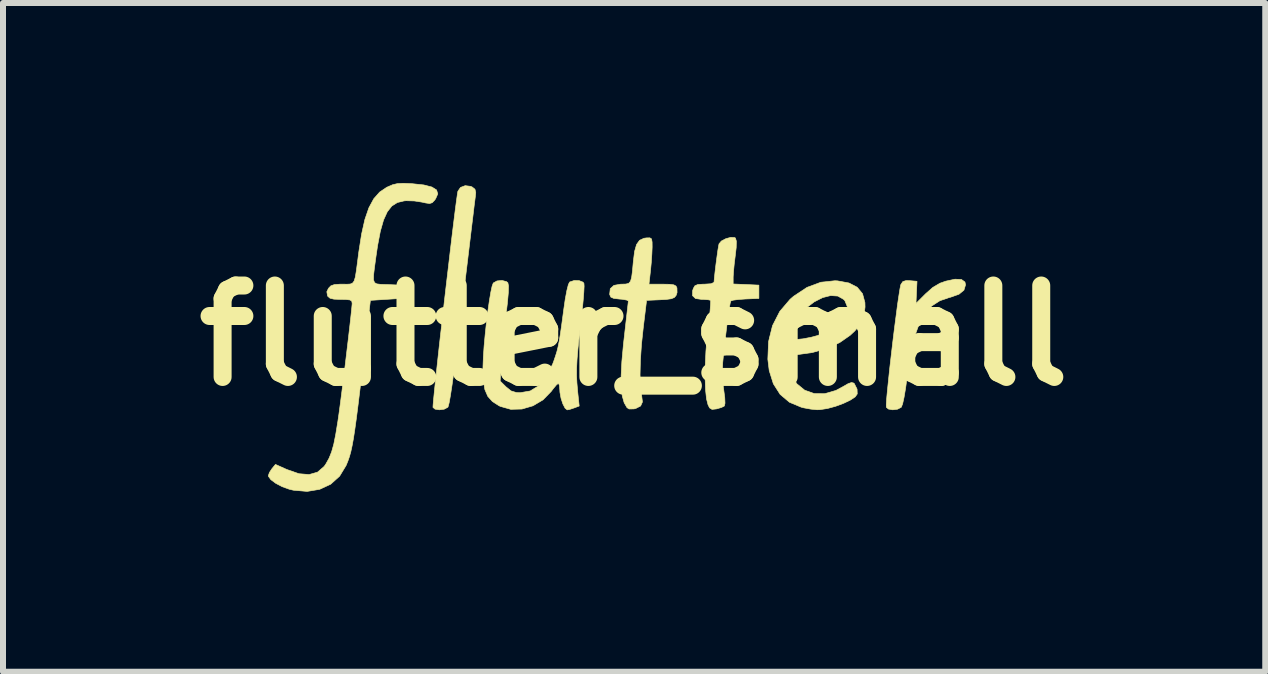
<source format=kicad_pcb>
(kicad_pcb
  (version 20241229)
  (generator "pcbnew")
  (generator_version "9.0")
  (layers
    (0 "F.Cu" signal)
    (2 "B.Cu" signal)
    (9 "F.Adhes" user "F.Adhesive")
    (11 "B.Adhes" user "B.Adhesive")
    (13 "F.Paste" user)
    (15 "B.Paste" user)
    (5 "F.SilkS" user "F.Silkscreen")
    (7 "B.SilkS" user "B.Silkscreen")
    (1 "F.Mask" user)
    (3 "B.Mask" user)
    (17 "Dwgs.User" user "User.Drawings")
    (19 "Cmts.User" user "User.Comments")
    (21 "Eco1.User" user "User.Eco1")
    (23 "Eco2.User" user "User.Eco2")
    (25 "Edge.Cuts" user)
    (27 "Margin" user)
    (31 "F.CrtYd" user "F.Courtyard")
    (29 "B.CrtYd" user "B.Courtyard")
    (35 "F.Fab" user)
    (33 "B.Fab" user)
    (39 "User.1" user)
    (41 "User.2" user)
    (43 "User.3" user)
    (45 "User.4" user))
  (footprint "flutter_small"
    (layer "F.Cu")
    (at 7.518 2.543)
    (property "Reference" "flutter_small" (at 0 0 0) (layer "F.SilkS") (effects (font (size 1.524 1.524) (thickness 0.3))))
    (attr through_hole)
    (fp_poly (pts (xy -2.723 -2.487) (xy -2.698 -2.476) (xy -2.652 -2.439) (xy -2.639 -2.383) (xy -2.645 -2.323) (xy -2.652 -2.269) (xy -2.666 -2.159) (xy -2.685 -1.999) (xy -2.71 -1.795) (xy -2.739 -1.553) (xy -2.772 -1.279) (xy -2.808 -0.98) (xy -2.846 -0.663) (xy -2.862 -0.527) (xy -2.914 -0.098) (xy -2.96 0.268) (xy -2.999 0.572) (xy -3.033 0.816) (xy -3.061 0.999) (xy -3.083 1.122) (xy -3.1 1.186) (xy -3.105 1.195) (xy -3.166 1.227) (xy -3.245 1.237) (xy -3.317 1.226) (xy -3.352 1.197) (xy -3.35 1.16) (xy -3.342 1.067) (xy -3.328 0.925) (xy -3.309 0.741) (xy -3.285 0.521) (xy -3.258 0.273) (xy -3.228 0.003) (xy -3.195 -0.281) (xy -3.162 -0.573) (xy -3.128 -0.866) (xy -3.094 -1.153) (xy -3.062 -1.427) (xy -3.032 -1.68) (xy -3.004 -1.907) (xy -2.98 -2.1) (xy -2.96 -2.252) (xy -2.945 -2.357) (xy -2.937 -2.405) (xy -2.893 -2.469) (xy -2.815 -2.499) (xy -2.723 -2.487)) (stroke (width 0.01) (type solid)) (fill yes) (layer "F.SilkS"))
    (fp_poly (pts (xy 5.456 -0.935) (xy 5.514 -0.893) (xy 5.524 -0.846) (xy 5.497 -0.757) (xy 5.414 -0.689) (xy 5.272 -0.639) (xy 5.257 -0.636) (xy 5.096 -0.581) (xy 4.96 -0.493) (xy 4.846 -0.366) (xy 4.751 -0.196) (xy 4.673 0.023) (xy 4.61 0.294) (xy 4.559 0.622) (xy 4.551 0.685) (xy 4.525 0.876) (xy 4.499 1.03) (xy 4.475 1.139) (xy 4.453 1.193) (xy 4.452 1.195) (xy 4.39 1.227) (xy 4.31 1.237) (xy 4.238 1.224) (xy 4.204 1.194) (xy 4.203 1.152) (xy 4.209 1.055) (xy 4.222 0.915) (xy 4.24 0.74) (xy 4.261 0.539) (xy 4.286 0.323) (xy 4.312 0.1) (xy 4.339 -0.12) (xy 4.366 -0.327) (xy 4.39 -0.513) (xy 4.413 -0.667) (xy 4.431 -0.781) (xy 4.444 -0.845) (xy 4.446 -0.851) (xy 4.479 -0.9) (xy 4.533 -0.917) (xy 4.596 -0.915) (xy 4.715 -0.905) (xy 4.706 -0.72) (xy 4.698 -0.536) (xy 4.858 -0.696) (xy 4.98 -0.804) (xy 5.098 -0.873) (xy 5.194 -0.907) (xy 5.349 -0.94) (xy 5.456 -0.935)) (stroke (width 0.01) (type solid)) (fill yes) (layer "F.SilkS"))
    (fp_poly (pts (xy 0.291 -1.611) (xy 0.3 -1.558) (xy 0.301 -1.476) (xy 0.296 -1.36) (xy 0.286 -1.214) (xy 0.274 -1.087) (xy 0.248 -0.857) (xy 0.471 -0.857) (xy 0.59 -0.855) (xy 0.661 -0.846) (xy 0.698 -0.826) (xy 0.714 -0.795) (xy 0.716 -0.717) (xy 0.7 -0.669) (xy 0.671 -0.635) (xy 0.62 -0.614) (xy 0.532 -0.602) (xy 0.437 -0.597) (xy 0.208 -0.587) (xy 0.154 -0.143) (xy 0.123 0.145) (xy 0.105 0.414) (xy 0.099 0.652) (xy 0.106 0.849) (xy 0.125 0.995) (xy 0.126 1) (xy 0.139 1.106) (xy 0.109 1.173) (xy 0.029 1.214) (xy -0.002 1.222) (xy -0.084 1.223) (xy -0.118 1.201) (xy -0.165 1.12) (xy -0.197 1.009) (xy -0.214 0.861) (xy -0.216 0.671) (xy -0.204 0.433) (xy -0.177 0.141) (xy -0.159 -0.016) (xy -0.139 -0.194) (xy -0.121 -0.351) (xy -0.107 -0.474) (xy -0.098 -0.553) (xy -0.096 -0.578) (xy -0.124 -0.592) (xy -0.196 -0.605) (xy -0.246 -0.609) (xy -0.339 -0.62) (xy -0.387 -0.641) (xy -0.406 -0.682) (xy -0.407 -0.692) (xy -0.397 -0.782) (xy -0.336 -0.837) (xy -0.222 -0.857) (xy -0.205 -0.857) (xy -0.137 -0.859) (xy -0.09 -0.871) (xy -0.06 -0.905) (xy -0.041 -0.97) (xy -0.027 -1.078) (xy -0.013 -1.232) (xy 0.008 -1.402) (xy 0.041 -1.518) (xy 0.091 -1.588) (xy 0.164 -1.622) (xy 0.206 -1.628) (xy 0.263 -1.629) (xy 0.291 -1.611)) (stroke (width 0.01) (type solid)) (fill yes) (layer "F.SilkS"))
    (fp_poly (pts (xy 1.675 -1.634) (xy 1.689 -1.626) (xy 1.704 -1.575) (xy 1.702 -1.469) (xy 1.686 -1.331) (xy 1.669 -1.194) (xy 1.657 -1.068) (xy 1.651 -0.977) (xy 1.651 -0.965) (xy 1.651 -0.86) (xy 1.865 -0.851) (xy 2.08 -0.841) (xy 2.08 -0.619) (xy 1.857 -0.61) (xy 1.744 -0.602) (xy 1.656 -0.591) (xy 1.614 -0.578) (xy 1.613 -0.578) (xy 1.601 -0.539) (xy 1.585 -0.446) (xy 1.564 -0.308) (xy 1.542 -0.134) (xy 1.518 0.065) (xy 1.494 0.281) (xy 1.477 0.452) (xy 1.471 0.623) (xy 1.482 0.812) (xy 1.494 0.906) (xy 1.511 1.033) (xy 1.515 1.127) (xy 1.505 1.173) (xy 1.505 1.173) (xy 1.456 1.198) (xy 1.377 1.221) (xy 1.373 1.222) (xy 1.299 1.23) (xy 1.258 1.205) (xy 1.232 1.153) (xy 1.207 1.055) (xy 1.191 0.905) (xy 1.184 0.716) (xy 1.186 0.498) (xy 1.197 0.263) (xy 1.217 0.023) (xy 1.231 -0.104) (xy 1.251 -0.269) (xy 1.266 -0.411) (xy 1.274 -0.518) (xy 1.276 -0.579) (xy 1.275 -0.588) (xy 1.236 -0.597) (xy 1.158 -0.603) (xy 1.126 -0.603) (xy 1.023 -0.618) (xy 0.974 -0.665) (xy 0.975 -0.748) (xy 0.988 -0.787) (xy 1.013 -0.83) (xy 1.061 -0.851) (xy 1.149 -0.857) (xy 1.174 -0.857) (xy 1.282 -0.864) (xy 1.33 -0.886) (xy 1.333 -0.898) (xy 1.338 -0.958) (xy 1.349 -1.061) (xy 1.364 -1.186) (xy 1.381 -1.314) (xy 1.397 -1.428) (xy 1.411 -1.508) (xy 1.416 -1.53) (xy 1.455 -1.576) (xy 1.529 -1.615) (xy 1.61 -1.637) (xy 1.675 -1.634)) (stroke (width 0.01) (type solid)) (fill yes) (layer "F.SilkS"))
    (fp_poly (pts (xy 3.389 -0.912) (xy 3.58 -0.877) (xy 3.718 -0.806) (xy 3.807 -0.698) (xy 3.847 -0.55) (xy 3.849 -0.476) (xy 3.831 -0.327) (xy 3.777 -0.2) (xy 3.679 -0.078) (xy 3.601 -0.005) (xy 3.427 0.116) (xy 3.211 0.214) (xy 2.972 0.282) (xy 2.731 0.316) (xy 2.662 0.318) (xy 2.539 0.318) (xy 2.559 0.452) (xy 2.615 0.65) (xy 2.712 0.803) (xy 2.843 0.91) (xy 3.001 0.966) (xy 3.177 0.968) (xy 3.364 0.914) (xy 3.472 0.856) (xy 3.566 0.802) (xy 3.623 0.782) (xy 3.66 0.791) (xy 3.67 0.8) (xy 3.716 0.892) (xy 3.719 0.973) (xy 3.685 1.021) (xy 3.604 1.075) (xy 3.491 1.129) (xy 3.359 1.178) (xy 3.223 1.215) (xy 3.099 1.234) (xy 3.05 1.236) (xy 2.948 1.226) (xy 2.827 1.204) (xy 2.785 1.193) (xy 2.589 1.111) (xy 2.434 0.98) (xy 2.321 0.803) (xy 2.252 0.583) (xy 2.229 0.394) (xy 2.241 0.101) (xy 2.258 0.03) (xy 2.582 0.03) (xy 2.599 0.055) (xy 2.656 0.063) (xy 2.711 0.064) (xy 2.816 0.054) (xy 2.95 0.028) (xy 3.062 -0.002) (xy 3.235 -0.072) (xy 3.376 -0.163) (xy 3.479 -0.267) (xy 3.54 -0.376) (xy 3.553 -0.483) (xy 3.513 -0.581) (xy 3.493 -0.603) (xy 3.395 -0.659) (xy 3.275 -0.667) (xy 3.141 -0.633) (xy 3.002 -0.562) (xy 2.869 -0.461) (xy 2.75 -0.337) (xy 2.656 -0.194) (xy 2.595 -0.04) (xy 2.591 -0.024) (xy 2.582 0.03) (xy 2.258 0.03) (xy 2.307 -0.166) (xy 2.428 -0.403) (xy 2.6 -0.605) (xy 2.658 -0.655) (xy 2.881 -0.803) (xy 3.112 -0.889) (xy 3.347 -0.914) (xy 3.389 -0.912)) (stroke (width 0.01) (type solid)) (fill yes) (layer "F.SilkS"))
    (fp_poly (pts (xy -2.126 -0.899) (xy -2.104 -0.881) (xy -2.093 -0.829) (xy -2.096 -0.714) (xy -2.112 -0.538) (xy -2.131 -0.381) (xy -2.154 -0.179) (xy -2.177 0.037) (xy -2.196 0.241) (xy -2.21 0.409) (xy -2.21 0.418) (xy -2.232 0.758) (xy -2.134 0.855) (xy -2.051 0.922) (xy -1.963 0.949) (xy -1.9 0.952) (xy -1.731 0.923) (xy -1.585 0.833) (xy -1.46 0.684) (xy -1.358 0.476) (xy -1.34 0.429) (xy -1.31 0.341) (xy -1.286 0.264) (xy -1.267 0.187) (xy -1.249 0.097) (xy -1.23 -0.018) (xy -1.208 -0.17) (xy -1.181 -0.371) (xy -1.176 -0.41) (xy -1.148 -0.604) (xy -1.12 -0.754) (xy -1.095 -0.852) (xy -1.074 -0.893) (xy -0.999 -0.918) (xy -0.916 -0.916) (xy -0.852 -0.891) (xy -0.836 -0.87) (xy -0.833 -0.823) (xy -0.838 -0.724) (xy -0.849 -0.584) (xy -0.865 -0.415) (xy -0.884 -0.242) (xy -0.915 0.019) (xy -0.937 0.229) (xy -0.951 0.399) (xy -0.958 0.541) (xy -0.959 0.667) (xy -0.953 0.788) (xy -0.942 0.915) (xy -0.941 0.928) (xy -0.915 1.174) (xy -1 1.206) (xy -1.072 1.23) (xy -1.115 1.238) (xy -1.15 1.21) (xy -1.187 1.139) (xy -1.218 1.044) (xy -1.236 0.944) (xy -1.238 0.906) (xy -1.244 0.833) (xy -1.259 0.797) (xy -1.262 0.796) (xy -1.293 0.82) (xy -1.345 0.882) (xy -1.382 0.931) (xy -1.518 1.071) (xy -1.685 1.17) (xy -1.869 1.224) (xy -2.055 1.229) (xy -2.229 1.18) (xy -2.252 1.169) (xy -2.361 1.099) (xy -2.438 1.013) (xy -2.487 0.9) (xy -2.512 0.75) (xy -2.519 0.551) (xy -2.518 0.508) (xy -2.512 0.355) (xy -2.5 0.176) (xy -2.482 -0.018) (xy -2.461 -0.217) (xy -2.437 -0.408) (xy -2.412 -0.581) (xy -2.388 -0.724) (xy -2.366 -0.826) (xy -2.347 -0.876) (xy -2.285 -0.911) (xy -2.201 -0.919) (xy -2.126 -0.899)) (stroke (width 0.01) (type solid)) (fill yes) (layer "F.SilkS"))
    (fp_poly (pts (xy -3.708 -2.532) (xy -3.704 -2.532) (xy -3.506 -2.511) (xy -3.37 -2.476) (xy -3.292 -2.427) (xy -3.272 -2.362) (xy -3.308 -2.28) (xy -3.326 -2.255) (xy -3.365 -2.215) (xy -3.408 -2.201) (xy -3.477 -2.211) (xy -3.534 -2.224) (xy -3.663 -2.244) (xy -3.799 -2.248) (xy -3.834 -2.245) (xy -3.945 -2.218) (xy -4.037 -2.16) (xy -4.113 -2.064) (xy -4.176 -1.926) (xy -4.229 -1.74) (xy -4.275 -1.5) (xy -4.303 -1.31) (xy -4.327 -1.133) (xy -4.342 -1.009) (xy -4.343 -0.929) (xy -4.326 -0.883) (xy -4.289 -0.862) (xy -4.226 -0.854) (xy -4.135 -0.851) (xy -4.12 -0.851) (xy -3.889 -0.841) (xy -3.889 -0.619) (xy -4.395 -0.587) (xy -4.527 0.54) (xy -4.566 0.875) (xy -4.6 1.154) (xy -4.629 1.382) (xy -4.655 1.568) (xy -4.678 1.718) (xy -4.7 1.838) (xy -4.721 1.935) (xy -4.744 2.017) (xy -4.769 2.089) (xy -4.797 2.158) (xy -4.799 2.163) (xy -4.908 2.343) (xy -5.057 2.477) (xy -5.24 2.562) (xy -5.449 2.597) (xy -5.678 2.577) (xy -5.749 2.56) (xy -5.865 2.518) (xy -5.972 2.462) (xy -6.054 2.401) (xy -6.094 2.346) (xy -6.096 2.335) (xy -6.077 2.281) (xy -6.037 2.22) (xy -5.977 2.147) (xy -5.787 2.232) (xy -5.586 2.302) (xy -5.416 2.316) (xy -5.276 2.276) (xy -5.165 2.18) (xy -5.135 2.136) (xy -5.083 2.042) (xy -5.041 1.937) (xy -5.005 1.809) (xy -4.972 1.643) (xy -4.937 1.429) (xy -4.919 1.305) (xy -4.897 1.141) (xy -4.872 0.947) (xy -4.845 0.733) (xy -4.817 0.508) (xy -4.79 0.282) (xy -4.764 0.065) (xy -4.741 -0.133) (xy -4.722 -0.303) (xy -4.708 -0.435) (xy -4.7 -0.518) (xy -4.699 -0.539) (xy -4.706 -0.575) (xy -4.736 -0.594) (xy -4.805 -0.602) (xy -4.888 -0.603) (xy -5.002 -0.607) (xy -5.068 -0.623) (xy -5.104 -0.654) (xy -5.109 -0.662) (xy -5.121 -0.731) (xy -5.093 -0.789) (xy -5.054 -0.829) (xy -4.996 -0.85) (xy -4.9 -0.857) (xy -4.857 -0.857) (xy -4.784 -0.856) (xy -4.731 -0.859) (xy -4.693 -0.874) (xy -4.666 -0.91) (xy -4.646 -0.975) (xy -4.629 -1.08) (xy -4.609 -1.231) (xy -4.589 -1.388) (xy -4.542 -1.69) (xy -4.487 -1.935) (xy -4.42 -2.13) (xy -4.339 -2.28) (xy -4.24 -2.392) (xy -4.122 -2.472) (xy -4.11 -2.477) (xy -4.025 -2.514) (xy -3.944 -2.533) (xy -3.846 -2.538) (xy -3.708 -2.532)) (stroke (width 0.01) (type solid)) (fill yes) (layer "F.SilkS")))
  (gr_rect
    (start -3 -3)
    (end 18.037 8.145)
    (stroke (width 0.1) (type default))
    (fill no)
    (layer "Edge.Cuts")))
</source>
